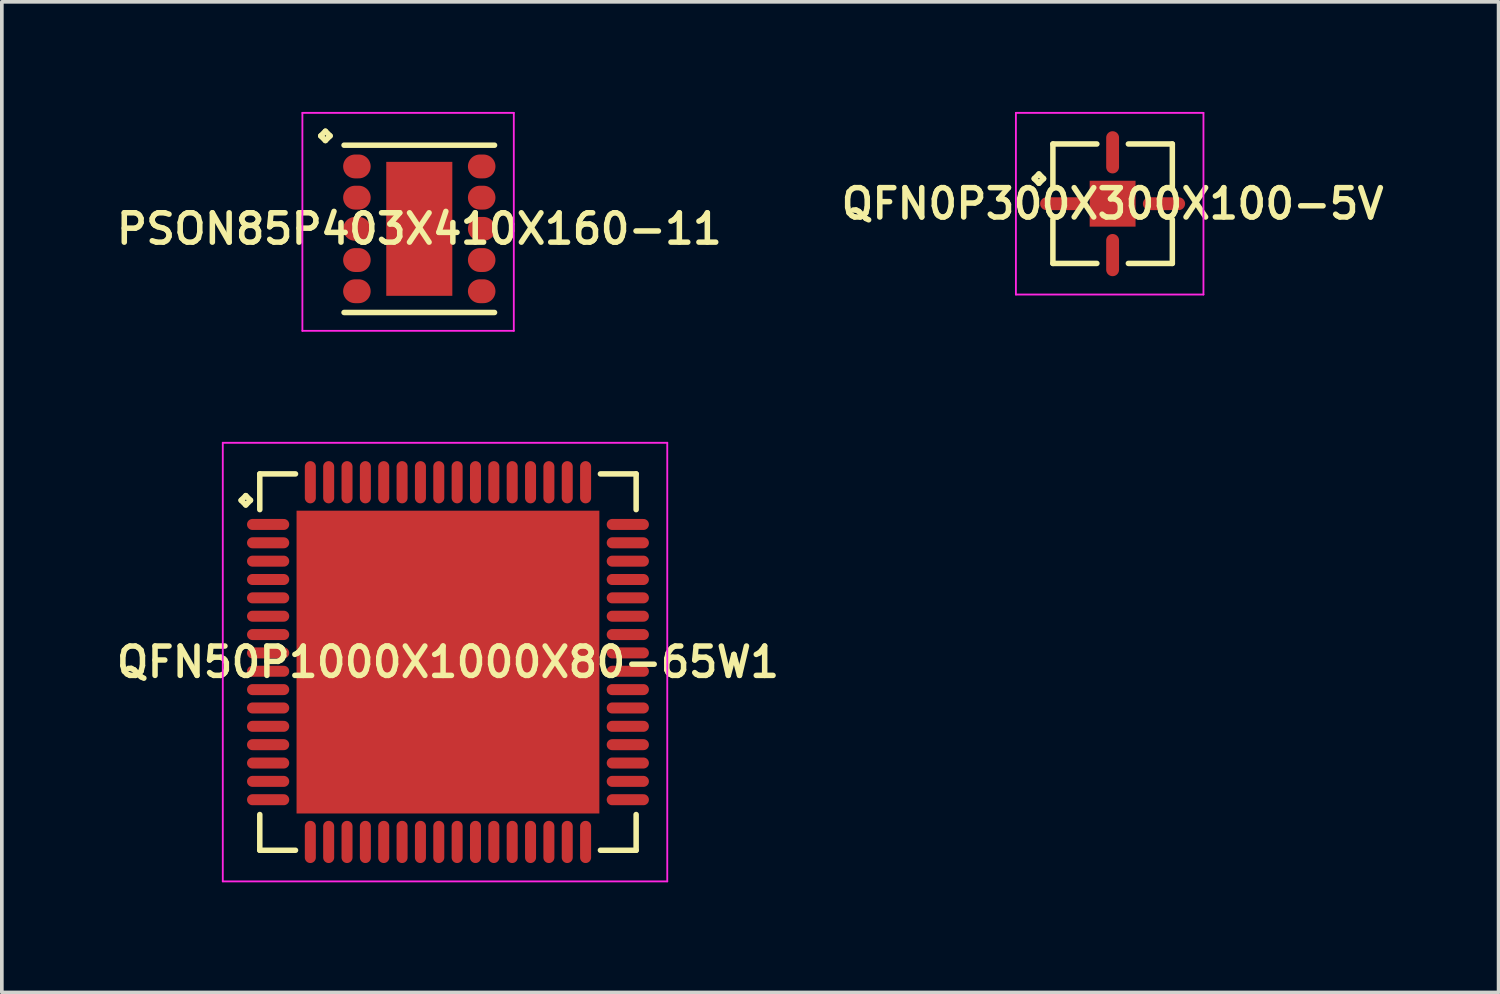
<source format=kicad_pcb>
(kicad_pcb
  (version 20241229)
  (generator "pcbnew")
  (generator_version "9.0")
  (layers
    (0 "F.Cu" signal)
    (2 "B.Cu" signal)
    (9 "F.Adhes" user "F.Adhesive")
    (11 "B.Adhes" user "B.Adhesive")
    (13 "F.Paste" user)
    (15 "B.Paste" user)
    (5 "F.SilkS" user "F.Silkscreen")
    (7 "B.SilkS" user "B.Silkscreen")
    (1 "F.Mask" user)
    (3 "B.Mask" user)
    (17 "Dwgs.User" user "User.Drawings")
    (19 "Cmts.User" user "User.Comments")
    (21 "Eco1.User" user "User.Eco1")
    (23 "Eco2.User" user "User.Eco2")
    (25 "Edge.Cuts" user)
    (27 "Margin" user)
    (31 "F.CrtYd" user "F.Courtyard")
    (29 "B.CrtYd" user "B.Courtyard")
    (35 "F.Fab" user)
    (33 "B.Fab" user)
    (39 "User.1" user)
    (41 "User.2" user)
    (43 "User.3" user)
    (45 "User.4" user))
  (footprint "QFN50P1000X1000X80-65W1"
    (layer "F.Cu")
    (at 9.155 14.989)
    (property "Reference" "QFN50P1000X1000X80-65W1" (at 0 0 0) (layer "F.SilkS") (effects (font (size 0.8 0.8) (thickness 0.15))))
    (attr smd)
    (fp_line (start -5.635 -4.408) (end -5.508 -4.535) (stroke (width 0.15) (type solid)) (layer "F.SilkS"))
    (fp_line (start -5.508 -4.535) (end -5.381 -4.408) (stroke (width 0.15) (type solid)) (layer "F.SilkS"))
    (fp_line (start -5.508 -4.281) (end -5.635 -4.408) (stroke (width 0.15) (type solid)) (layer "F.SilkS"))
    (fp_line (start -5.381 -4.408) (end -5.508 -4.281) (stroke (width 0.15) (type solid)) (layer "F.SilkS"))
    (fp_line (start -5.127 -5.127) (end -4.154 -5.127) (stroke (width 0.15) (type solid)) (layer "F.SilkS"))
    (fp_line (start -5.127 -4.154) (end -5.127 -5.127) (stroke (width 0.15) (type solid)) (layer "F.SilkS"))
    (fp_line (start -5.127 4.154) (end -5.127 5.127) (stroke (width 0.15) (type solid)) (layer "F.SilkS"))
    (fp_line (start -5.127 5.127) (end -4.154 5.127) (stroke (width 0.15) (type solid)) (layer "F.SilkS"))
    (fp_line (start 4.154 -5.127) (end 5.127 -5.127) (stroke (width 0.15) (type solid)) (layer "F.SilkS"))
    (fp_line (start 4.154 5.127) (end 5.127 5.127) (stroke (width 0.15) (type solid)) (layer "F.SilkS"))
    (fp_line (start 5.127 -5.127) (end 5.127 -4.154) (stroke (width 0.15) (type solid)) (layer "F.SilkS"))
    (fp_line (start 5.127 5.127) (end 5.127 4.154) (stroke (width 0.15) (type solid)) (layer "F.SilkS"))
    (fp_line (start -6.135 -5.975) (end 5.975 -5.975) (stroke (width 0.05) (type solid)) (layer "F.CrtYd"))
    (fp_line (start -6.135 5.975) (end -6.135 -5.975) (stroke (width 0.05) (type solid)) (layer "F.CrtYd"))
    (fp_line (start 5.975 -5.975) (end 5.975 5.975) (stroke (width 0.05) (type solid)) (layer "F.CrtYd"))
    (fp_line (start 5.975 5.975) (end -6.135 5.975) (stroke (width 0.05) (type solid)) (layer "F.CrtYd"))
    (pad "1" smd oval (at -4.9 -3.75) (size 1.15 0.3) (layers "F.Cu" "F.Mask" "F.Paste"))
    (pad "2" smd oval (at -4.9 -3.25) (size 1.15 0.3) (layers "F.Cu" "F.Mask" "F.Paste"))
    (pad "3" smd oval (at -4.9 -2.75) (size 1.15 0.3) (layers "F.Cu" "F.Mask" "F.Paste"))
    (pad "4" smd oval (at -4.9 -2.25) (size 1.15 0.3) (layers "F.Cu" "F.Mask" "F.Paste"))
    (pad "5" smd oval (at -4.9 -1.75) (size 1.15 0.3) (layers "F.Cu" "F.Mask" "F.Paste"))
    (pad "6" smd oval (at -4.9 -1.25) (size 1.15 0.3) (layers "F.Cu" "F.Mask" "F.Paste"))
    (pad "7" smd oval (at -4.9 -0.75) (size 1.15 0.3) (layers "F.Cu" "F.Mask" "F.Paste"))
    (pad "8" smd oval (at -4.9 -0.25) (size 1.15 0.3) (layers "F.Cu" "F.Mask" "F.Paste"))
    (pad "9" smd oval (at -4.9 0.25) (size 1.15 0.3) (layers "F.Cu" "F.Mask" "F.Paste"))
    (pad "10" smd oval (at -4.9 0.75) (size 1.15 0.3) (layers "F.Cu" "F.Mask" "F.Paste"))
    (pad "11" smd oval (at -4.9 1.25) (size 1.15 0.3) (layers "F.Cu" "F.Mask" "F.Paste"))
    (pad "12" smd oval (at -4.9 1.75) (size 1.15 0.3) (layers "F.Cu" "F.Mask" "F.Paste"))
    (pad "13" smd oval (at -4.9 2.25) (size 1.15 0.3) (layers "F.Cu" "F.Mask" "F.Paste"))
    (pad "14" smd oval (at -4.9 2.75) (size 1.15 0.3) (layers "F.Cu" "F.Mask" "F.Paste"))
    (pad "15" smd oval (at -4.9 3.25) (size 1.15 0.3) (layers "F.Cu" "F.Mask" "F.Paste"))
    (pad "16" smd oval (at -4.9 3.75) (size 1.15 0.3) (layers "F.Cu" "F.Mask" "F.Paste"))
    (pad "17" smd oval (at -3.75 4.9) (size 0.3 1.15) (layers "F.Cu" "F.Mask" "F.Paste"))
    (pad "18" smd oval (at -3.25 4.9) (size 0.3 1.15) (layers "F.Cu" "F.Mask" "F.Paste"))
    (pad "19" smd oval (at -2.75 4.9) (size 0.3 1.15) (layers "F.Cu" "F.Mask" "F.Paste"))
    (pad "20" smd oval (at -2.25 4.9) (size 0.3 1.15) (layers "F.Cu" "F.Mask" "F.Paste"))
    (pad "21" smd oval (at -1.75 4.9) (size 0.3 1.15) (layers "F.Cu" "F.Mask" "F.Paste"))
    (pad "22" smd oval (at -1.25 4.9) (size 0.3 1.15) (layers "F.Cu" "F.Mask" "F.Paste"))
    (pad "23" smd oval (at -0.75 4.9) (size 0.3 1.15) (layers "F.Cu" "F.Mask" "F.Paste"))
    (pad "24" smd oval (at -0.25 4.9) (size 0.3 1.15) (layers "F.Cu" "F.Mask" "F.Paste"))
    (pad "25" smd oval (at 0.25 4.9) (size 0.3 1.15) (layers "F.Cu" "F.Mask" "F.Paste"))
    (pad "26" smd oval (at 0.75 4.9) (size 0.3 1.15) (layers "F.Cu" "F.Mask" "F.Paste"))
    (pad "27" smd oval (at 1.25 4.9) (size 0.3 1.15) (layers "F.Cu" "F.Mask" "F.Paste"))
    (pad "28" smd oval (at 1.75 4.9) (size 0.3 1.15) (layers "F.Cu" "F.Mask" "F.Paste"))
    (pad "29" smd oval (at 2.25 4.9) (size 0.3 1.15) (layers "F.Cu" "F.Mask" "F.Paste"))
    (pad "30" smd oval (at 2.75 4.9) (size 0.3 1.15) (layers "F.Cu" "F.Mask" "F.Paste"))
    (pad "31" smd oval (at 3.25 4.9) (size 0.3 1.15) (layers "F.Cu" "F.Mask" "F.Paste"))
    (pad "32" smd oval (at 3.75 4.9) (size 0.3 1.15) (layers "F.Cu" "F.Mask" "F.Paste"))
    (pad "33" smd oval (at 4.9 3.75) (size 1.15 0.3) (layers "F.Cu" "F.Mask" "F.Paste"))
    (pad "34" smd oval (at 4.9 3.25) (size 1.15 0.3) (layers "F.Cu" "F.Mask" "F.Paste"))
    (pad "35" smd oval (at 4.9 2.75) (size 1.15 0.3) (layers "F.Cu" "F.Mask" "F.Paste"))
    (pad "36" smd oval (at 4.9 2.25) (size 1.15 0.3) (layers "F.Cu" "F.Mask" "F.Paste"))
    (pad "37" smd oval (at 4.9 1.75) (size 1.15 0.3) (layers "F.Cu" "F.Mask" "F.Paste"))
    (pad "38" smd oval (at 4.9 1.25) (size 1.15 0.3) (layers "F.Cu" "F.Mask" "F.Paste"))
    (pad "39" smd oval (at 4.9 0.75) (size 1.15 0.3) (layers "F.Cu" "F.Mask" "F.Paste"))
    (pad "40" smd oval (at 4.9 0.25) (size 1.15 0.3) (layers "F.Cu" "F.Mask" "F.Paste"))
    (pad "41" smd oval (at 4.9 -0.25) (size 1.15 0.3) (layers "F.Cu" "F.Mask" "F.Paste"))
    (pad "42" smd oval (at 4.9 -0.75) (size 1.15 0.3) (layers "F.Cu" "F.Mask" "F.Paste"))
    (pad "43" smd oval (at 4.9 -1.25) (size 1.15 0.3) (layers "F.Cu" "F.Mask" "F.Paste"))
    (pad "44" smd oval (at 4.9 -1.75) (size 1.15 0.3) (layers "F.Cu" "F.Mask" "F.Paste"))
    (pad "45" smd oval (at 4.9 -2.25) (size 1.15 0.3) (layers "F.Cu" "F.Mask" "F.Paste"))
    (pad "46" smd oval (at 4.9 -2.75) (size 1.15 0.3) (layers "F.Cu" "F.Mask" "F.Paste"))
    (pad "47" smd oval (at 4.9 -3.25) (size 1.15 0.3) (layers "F.Cu" "F.Mask" "F.Paste"))
    (pad "48" smd oval (at 4.9 -3.75) (size 1.15 0.3) (layers "F.Cu" "F.Mask" "F.Paste"))
    (pad "49" smd oval (at 3.75 -4.9) (size 0.3 1.15) (layers "F.Cu" "F.Mask" "F.Paste"))
    (pad "50" smd oval (at 3.25 -4.9) (size 0.3 1.15) (layers "F.Cu" "F.Mask" "F.Paste"))
    (pad "51" smd oval (at 2.75 -4.9) (size 0.3 1.15) (layers "F.Cu" "F.Mask" "F.Paste"))
    (pad "52" smd oval (at 2.25 -4.9) (size 0.3 1.15) (layers "F.Cu" "F.Mask" "F.Paste"))
    (pad "53" smd oval (at 1.75 -4.9) (size 0.3 1.15) (layers "F.Cu" "F.Mask" "F.Paste"))
    (pad "54" smd oval (at 1.25 -4.9) (size 0.3 1.15) (layers "F.Cu" "F.Mask" "F.Paste"))
    (pad "55" smd oval (at 0.75 -4.9) (size 0.3 1.15) (layers "F.Cu" "F.Mask" "F.Paste"))
    (pad "56" smd oval (at 0.25 -4.9) (size 0.3 1.15) (layers "F.Cu" "F.Mask" "F.Paste"))
    (pad "57" smd oval (at -0.25 -4.9) (size 0.3 1.15) (layers "F.Cu" "F.Mask" "F.Paste"))
    (pad "58" smd oval (at -0.75 -4.9) (size 0.3 1.15) (layers "F.Cu" "F.Mask" "F.Paste"))
    (pad "59" smd oval (at -1.25 -4.9) (size 0.3 1.15) (layers "F.Cu" "F.Mask" "F.Paste"))
    (pad "60" smd oval (at -1.75 -4.9) (size 0.3 1.15) (layers "F.Cu" "F.Mask" "F.Paste"))
    (pad "61" smd oval (at -2.25 -4.9) (size 0.3 1.15) (layers "F.Cu" "F.Mask" "F.Paste"))
    (pad "62" smd oval (at -2.75 -4.9) (size 0.3 1.15) (layers "F.Cu" "F.Mask" "F.Paste"))
    (pad "63" smd oval (at -3.25 -4.9) (size 0.3 1.15) (layers "F.Cu" "F.Mask" "F.Paste"))
    (pad "64" smd oval (at -3.75 -4.9) (size 0.3 1.15) (layers "F.Cu" "F.Mask" "F.Paste"))
    (pad "65" smd rect (at 0 0) (size 8.25 8.25) (layers "F.Cu" "F.Mask" "F.Paste")))
  (footprint "QFN0P300X300X100-5V"
    (layer "F.Cu")
    (at 27.264 2.5)
    (property "Reference" "QFN0P300X300X100-5V" (at 0 0 0) (layer "F.SilkS") (effects (font (size 0.8 0.8) (thickness 0.15))))
    (attr smd)
    (fp_line (start -2.135 -0.683) (end -2.008 -0.81) (stroke (width 0.15) (type solid)) (layer "F.SilkS"))
    (fp_line (start -2.008 -0.81) (end -1.881 -0.683) (stroke (width 0.15) (type solid)) (layer "F.SilkS"))
    (fp_line (start -2.008 -0.556) (end -2.135 -0.683) (stroke (width 0.15) (type solid)) (layer "F.SilkS"))
    (fp_line (start -1.881 -0.683) (end -2.008 -0.556) (stroke (width 0.15) (type solid)) (layer "F.SilkS"))
    (fp_line (start -1.627 -1.627) (end -0.429 -1.627) (stroke (width 0.15) (type solid)) (layer "F.SilkS"))
    (fp_line (start -1.627 -0.429) (end -1.627 -1.627) (stroke (width 0.15) (type solid)) (layer "F.SilkS"))
    (fp_line (start -1.627 0.429) (end -1.627 1.627) (stroke (width 0.15) (type solid)) (layer "F.SilkS"))
    (fp_line (start -1.627 1.627) (end -0.429 1.627) (stroke (width 0.15) (type solid)) (layer "F.SilkS"))
    (fp_line (start 0.429 -1.627) (end 1.627 -1.627) (stroke (width 0.15) (type solid)) (layer "F.SilkS"))
    (fp_line (start 0.429 1.627) (end 1.627 1.627) (stroke (width 0.15) (type solid)) (layer "F.SilkS"))
    (fp_line (start 1.627 -1.627) (end 1.627 -0.429) (stroke (width 0.15) (type solid)) (layer "F.SilkS"))
    (fp_line (start 1.627 1.627) (end 1.627 0.429) (stroke (width 0.15) (type solid)) (layer "F.SilkS"))
    (fp_line (start -2.635 -2.475) (end 2.475 -2.475) (stroke (width 0.05) (type solid)) (layer "F.CrtYd"))
    (fp_line (start -2.635 2.475) (end -2.635 -2.475) (stroke (width 0.05) (type solid)) (layer "F.CrtYd"))
    (fp_line (start 2.475 -2.475) (end 2.475 2.475) (stroke (width 0.05) (type solid)) (layer "F.CrtYd"))
    (fp_line (start 2.475 2.475) (end -2.635 2.475) (stroke (width 0.05) (type solid)) (layer "F.CrtYd"))
    (pad "1" smd oval (at -1.4 0) (size 1.15 0.35) (layers "F.Cu" "F.Mask" "F.Paste"))
    (pad "2" smd oval (at 0 1.4) (size 0.35 1.15) (layers "F.Cu" "F.Mask" "F.Paste"))
    (pad "3" smd oval (at 1.4 0) (size 1.15 0.35) (layers "F.Cu" "F.Mask" "F.Paste"))
    (pad "4" smd oval (at 0 -1.4) (size 0.35 1.15) (layers "F.Cu" "F.Mask" "F.Paste"))
    (pad "5" smd rect (at 0 0) (size 1.25 1.25) (layers "F.Cu" "F.Mask" "F.Paste")))
  (footprint "PSON85P403X410X160-11"
    (layer "F.Cu")
    (at 8.374 3.185)
    (property "Reference" "PSON85P403X410X160-11" (at 0 0 0) (layer "F.SilkS") (effects (font (size 0.8 0.8) (thickness 0.15))))
    (attr smd)
    (fp_line (start -2.685 -2.533) (end -2.558 -2.66) (stroke (width 0.15) (type solid)) (layer "F.SilkS"))
    (fp_line (start -2.558 -2.66) (end -2.431 -2.533) (stroke (width 0.15) (type solid)) (layer "F.SilkS"))
    (fp_line (start -2.558 -2.406) (end -2.685 -2.533) (stroke (width 0.15) (type solid)) (layer "F.SilkS"))
    (fp_line (start -2.431 -2.533) (end -2.558 -2.406) (stroke (width 0.15) (type solid)) (layer "F.SilkS"))
    (fp_line (start -2.05 -2.279) (end 2.05 -2.279) (stroke (width 0.15) (type solid)) (layer "F.SilkS"))
    (fp_line (start -2.05 2.279) (end 2.05 2.279) (stroke (width 0.15) (type solid)) (layer "F.SilkS"))
    (fp_line (start -3.185 -3.16) (end 2.575 -3.16) (stroke (width 0.05) (type solid)) (layer "F.CrtYd"))
    (fp_line (start -3.185 2.779) (end -3.185 -3.16) (stroke (width 0.05) (type solid)) (layer "F.CrtYd"))
    (fp_line (start 2.575 -3.16) (end 2.575 2.779) (stroke (width 0.05) (type solid)) (layer "F.CrtYd"))
    (fp_line (start 2.575 2.779) (end -3.185 2.779) (stroke (width 0.05) (type solid)) (layer "F.CrtYd"))
    (pad "1" smd oval (at -1.7 -1.7) (size 0.75 0.65) (layers "F.Cu" "F.Mask" "F.Paste"))
    (pad "2" smd oval (at -1.7 -0.85) (size 0.75 0.65) (layers "F.Cu" "F.Mask" "F.Paste"))
    (pad "3" smd oval (at -1.7 0) (size 0.75 0.65) (layers "F.Cu" "F.Mask" "F.Paste"))
    (pad "4" smd oval (at -1.7 0.85) (size 0.75 0.65) (layers "F.Cu" "F.Mask" "F.Paste"))
    (pad "5" smd oval (at -1.7 1.7) (size 0.75 0.65) (layers "F.Cu" "F.Mask" "F.Paste"))
    (pad "6" smd oval (at 1.7 1.7) (size 0.75 0.65) (layers "F.Cu" "F.Mask" "F.Paste"))
    (pad "7" smd oval (at 1.7 0.85) (size 0.75 0.65) (layers "F.Cu" "F.Mask" "F.Paste"))
    (pad "8" smd oval (at 1.7 0) (size 0.75 0.65) (layers "F.Cu" "F.Mask" "F.Paste"))
    (pad "9" smd oval (at 1.7 -0.85) (size 0.75 0.65) (layers "F.Cu" "F.Mask" "F.Paste"))
    (pad "10" smd oval (at 1.7 -1.7) (size 0.75 0.65) (layers "F.Cu" "F.Mask" "F.Paste"))
    (pad "11" smd rect (at 0 0) (size 1.8 3.65) (layers "F.Cu" "F.Mask" "F.Paste")))
  (gr_rect
    (start -3 -3)
    (end 37.78 23.989)
    (stroke (width 0.1) (type default))
    (fill no)
    (layer "Edge.Cuts")))
</source>
